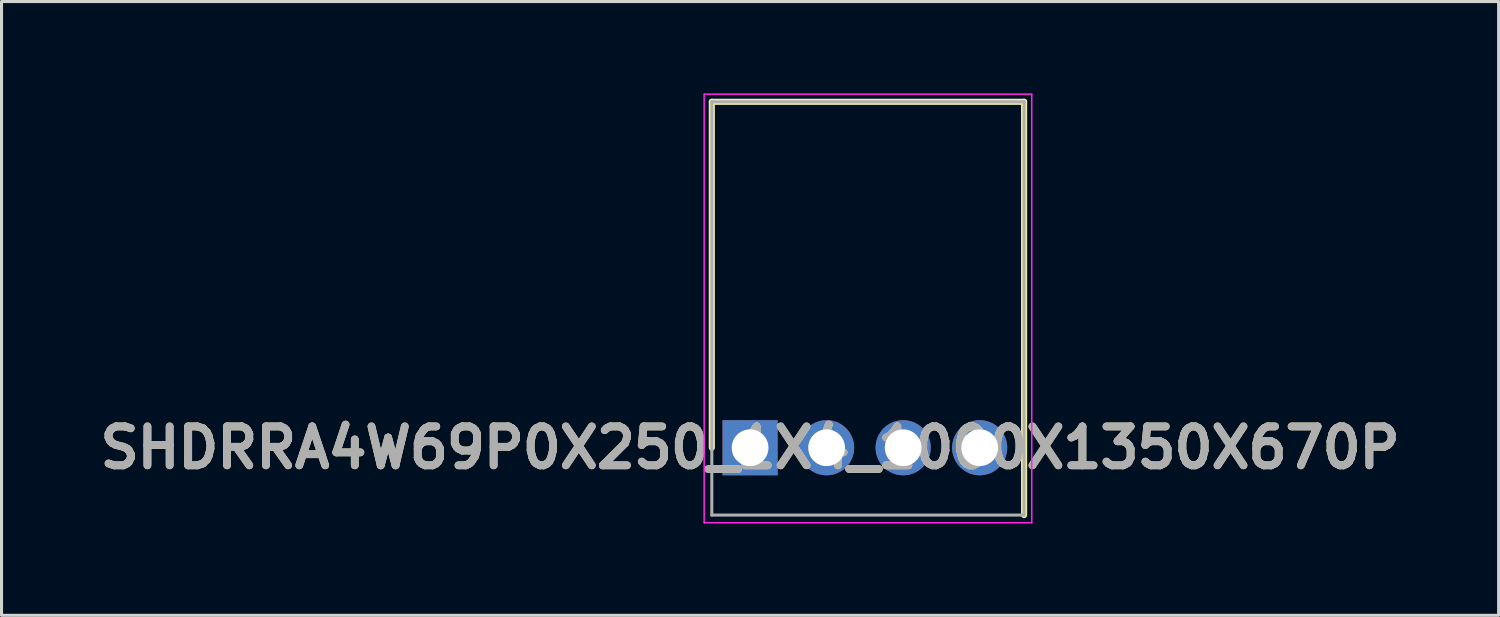
<source format=kicad_pcb>
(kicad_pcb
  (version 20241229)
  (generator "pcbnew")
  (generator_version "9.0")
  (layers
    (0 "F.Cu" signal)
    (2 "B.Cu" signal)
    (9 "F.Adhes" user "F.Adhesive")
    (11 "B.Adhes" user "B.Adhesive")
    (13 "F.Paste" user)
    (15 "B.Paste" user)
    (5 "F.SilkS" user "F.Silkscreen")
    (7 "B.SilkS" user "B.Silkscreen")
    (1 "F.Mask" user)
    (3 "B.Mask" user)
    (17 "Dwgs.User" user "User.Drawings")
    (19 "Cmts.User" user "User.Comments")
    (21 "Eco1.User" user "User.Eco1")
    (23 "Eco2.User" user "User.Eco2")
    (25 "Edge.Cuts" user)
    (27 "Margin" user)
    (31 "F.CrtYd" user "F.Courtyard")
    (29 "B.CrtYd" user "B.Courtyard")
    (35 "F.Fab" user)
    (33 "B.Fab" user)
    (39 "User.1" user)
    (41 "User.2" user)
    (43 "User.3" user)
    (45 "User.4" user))
  (footprint "SHDRRA4W69P0X250_1X4_1000X1350X670P"
    (layer "F.Cu")
    (at 21.451 11.575)
    (property "Reference" "SHDRRA4W69P0X250_1X4_1000X1350X670P" (at 0 0 0) (layer "F.SilkS") (effects (font (size 1.27 1.27) (thickness 0.254))))
    (attr through_hole)
    (fp_line (start -1.25 -11.3) (end 8.95 -11.3) (stroke (width 0.2) (type solid)) (layer "F.SilkS"))
    (fp_line (start -1.25 0) (end -1.25 -11.3) (stroke (width 0.2) (type solid)) (layer "F.SilkS"))
    (fp_line (start 8.95 -11.3) (end 8.95 2.2) (stroke (width 0.2) (type solid)) (layer "F.SilkS"))
    (fp_line (start -1.5 -11.55) (end -1.5 2.45) (stroke (width 0.05) (type solid)) (layer "F.CrtYd"))
    (fp_line (start -1.5 2.45) (end 9.2 2.45) (stroke (width 0.05) (type solid)) (layer "F.CrtYd"))
    (fp_line (start 9.2 -11.55) (end -1.5 -11.55) (stroke (width 0.05) (type solid)) (layer "F.CrtYd"))
    (fp_line (start 9.2 2.45) (end 9.2 -11.55) (stroke (width 0.05) (type solid)) (layer "F.CrtYd"))
    (fp_line (start -1.25 -11.3) (end 8.95 -11.3) (stroke (width 0.1) (type solid)) (layer "F.Fab"))
    (fp_line (start -1.25 2.2) (end -1.25 -11.3) (stroke (width 0.1) (type solid)) (layer "F.Fab"))
    (fp_line (start 8.95 -11.3) (end 8.95 2.2) (stroke (width 0.1) (type solid)) (layer "F.Fab"))
    (fp_line (start 8.95 2.2) (end -1.25 2.2) (stroke (width 0.1) (type solid)) (layer "F.Fab"))
    (fp_text user "${REFERENCE}" (at 0 0 0) (layer "F.Fab") (effects (font (size 1.27 1.27) (thickness 0.254))))
    (pad "1" thru_hole rect (at 0 0) (size 1.8 1.8) (drill 1.2) (layers "*.Cu" "*.Mask"))
    (pad "2" thru_hole circle (at 2.5 0) (size 1.8 1.8) (drill 1.2) (layers "*.Cu" "*.Mask"))
    (pad "3" thru_hole circle (at 5 0) (size 1.8 1.8) (drill 1.2) (layers "*.Cu" "*.Mask"))
    (pad "4" thru_hole circle (at 7.5 0) (size 1.8 1.8) (drill 1.2) (layers "*.Cu" "*.Mask")))
  (gr_rect
    (start -3 -3)
    (end 45.902 17.05)
    (stroke (width 0.1) (type default))
    (fill no)
    (layer "Edge.Cuts")))
</source>
